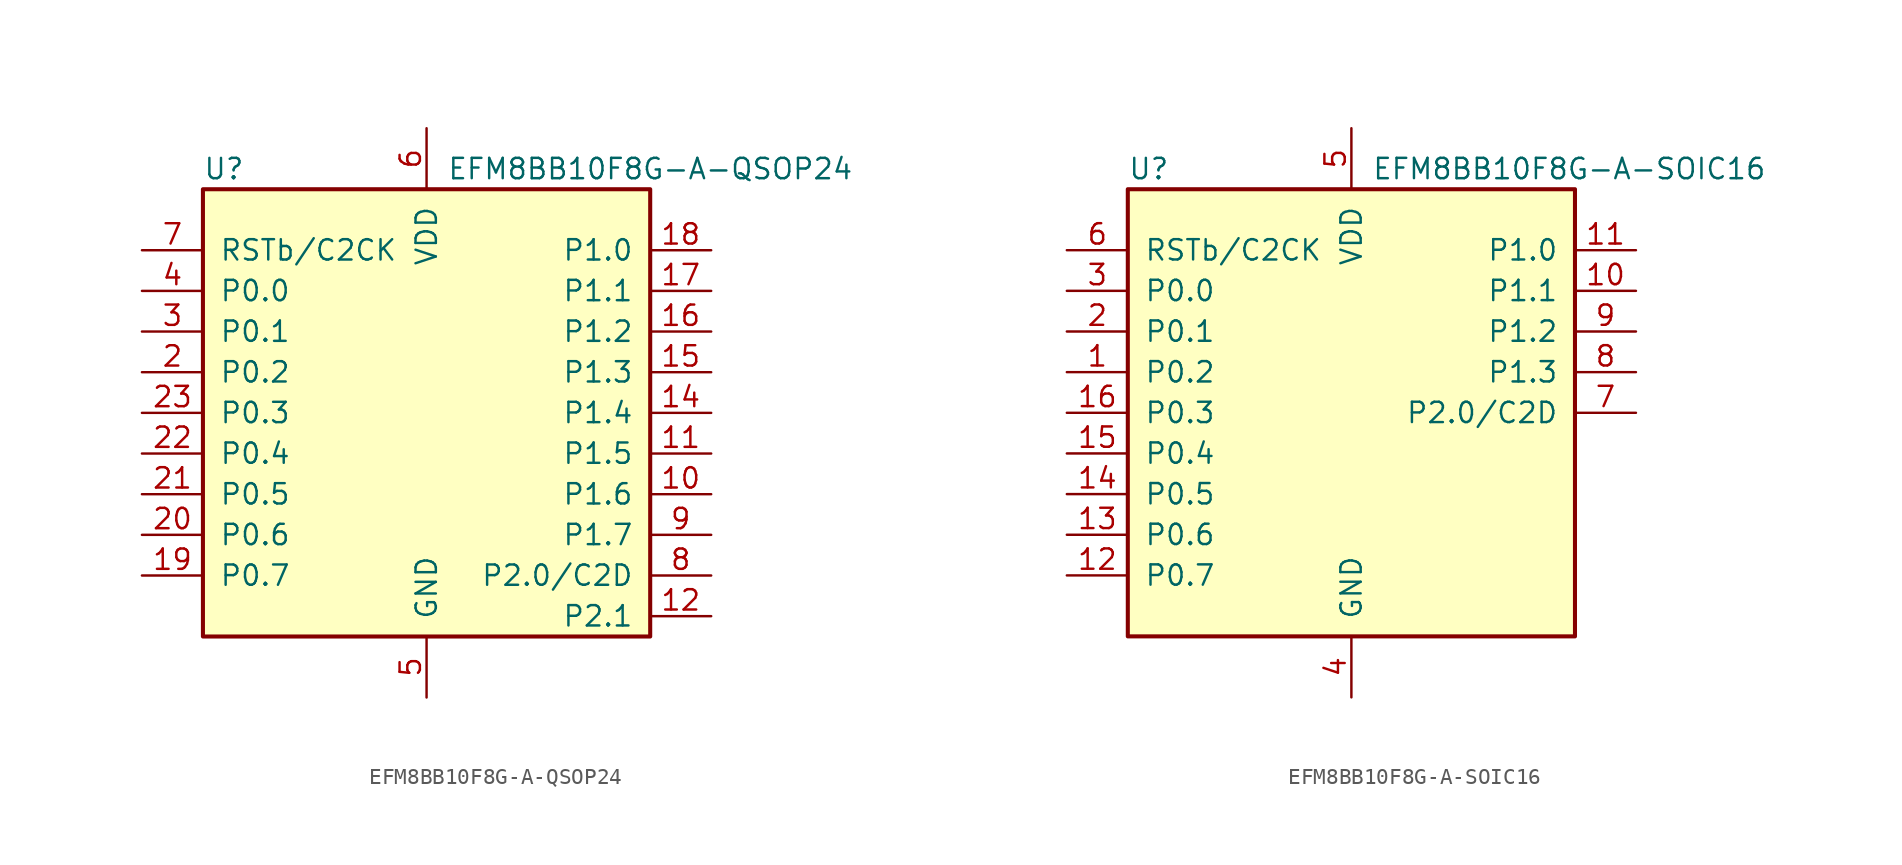
<source format=kicad_sym>
(kicad_symbol_lib
  (version 20201005)
  (generator kicad_symbol_editor)
  (symbol "EFM8BB10F8G-A-QSOP24"
    (pin_names
      (offset 1.016))
    (property "Reference" "U"
      (at -13.97 15.24 0)
      (effects (font (size 1.27 1.27)) (justify left)))
    (property "Value" "EFM8BB10F8G-A-QSOP24"
      (at 1.27 15.24 0)
      (effects (font (size 1.27 1.27)) (justify left)))
    (symbol "EFM8BB10F8G-A-QSOP24_0_1"
      (rectangle (start -13.97 13.97) (end 13.97 -13.97) (stroke (width 0.254)) (fill (type background)))
      (pin no_connect line (at 0 2.54 0) (length 3.81) hide (name "NC" (effects (font (size 1.27 1.27)))) (number "1" (effects (font (size 1.27 1.27)))))
      (pin bidirectional line (at 17.78 -5.08 180) (length 3.81) (name "P1.6" (effects (font (size 1.27 1.27)))) (number "10" (effects (font (size 1.27 1.27)))))
      (pin bidirectional line (at 17.78 -2.54 180) (length 3.81) (name "P1.5" (effects (font (size 1.27 1.27)))) (number "11" (effects (font (size 1.27 1.27)))))
      (pin bidirectional line (at 17.78 -12.7 180) (length 3.81) (name "P2.1" (effects (font (size 1.27 1.27)))) (number "12" (effects (font (size 1.27 1.27)))))
      (pin no_connect line (at 0 0 0) (length 3.81) hide (name "NC" (effects (font (size 1.27 1.27)))) (number "13" (effects (font (size 1.27 1.27)))))
      (pin bidirectional line (at 17.78 0 180) (length 3.81) (name "P1.4" (effects (font (size 1.27 1.27)))) (number "14" (effects (font (size 1.27 1.27)))))
      (pin bidirectional line (at 17.78 2.54 180) (length 3.81) (name "P1.3" (effects (font (size 1.27 1.27)))) (number "15" (effects (font (size 1.27 1.27)))))
      (pin bidirectional line (at 17.78 5.08 180) (length 3.81) (name "P1.2" (effects (font (size 1.27 1.27)))) (number "16" (effects (font (size 1.27 1.27)))))
      (pin bidirectional line (at 17.78 7.62 180) (length 3.81) (name "P1.1" (effects (font (size 1.27 1.27)))) (number "17" (effects (font (size 1.27 1.27)))))
      (pin bidirectional line (at 17.78 10.16 180) (length 3.81) (name "P1.0" (effects (font (size 1.27 1.27)))) (number "18" (effects (font (size 1.27 1.27)))))
      (pin bidirectional line (at -17.78 -10.16 0) (length 3.81) (name "P0.7" (effects (font (size 1.27 1.27)))) (number "19" (effects (font (size 1.27 1.27)))))
      (pin bidirectional line (at -17.78 2.54 0) (length 3.81) (name "P0.2" (effects (font (size 1.27 1.27)))) (number "2" (effects (font (size 1.27 1.27)))))
      (pin bidirectional line (at -17.78 -7.62 0) (length 3.81) (name "P0.6" (effects (font (size 1.27 1.27)))) (number "20" (effects (font (size 1.27 1.27)))))
      (pin bidirectional line (at -17.78 -5.08 0) (length 3.81) (name "P0.5" (effects (font (size 1.27 1.27)))) (number "21" (effects (font (size 1.27 1.27)))))
      (pin bidirectional line (at -17.78 -2.54 0) (length 3.81) (name "P0.4" (effects (font (size 1.27 1.27)))) (number "22" (effects (font (size 1.27 1.27)))))
      (pin bidirectional line (at -17.78 0 0) (length 3.81) (name "P0.3" (effects (font (size 1.27 1.27)))) (number "23" (effects (font (size 1.27 1.27)))))
      (pin no_connect line (at 0 -2.54 0) (length 3.81) hide (name "NC" (effects (font (size 1.27 1.27)))) (number "24" (effects (font (size 1.27 1.27)))))
      (pin bidirectional line (at -17.78 5.08 0) (length 3.81) (name "P0.1" (effects (font (size 1.27 1.27)))) (number "3" (effects (font (size 1.27 1.27)))))
      (pin bidirectional line (at -17.78 7.62 0) (length 3.81) (name "P0.0" (effects (font (size 1.27 1.27)))) (number "4" (effects (font (size 1.27 1.27)))))
      (pin power_in line (at 0 -17.78 90) (length 3.81) (name "GND" (effects (font (size 1.27 1.27)))) (number "5" (effects (font (size 1.27 1.27)))))
      (pin power_in line (at 0 17.78 270) (length 3.81) (name "VDD" (effects (font (size 1.27 1.27)))) (number "6" (effects (font (size 1.27 1.27)))))
      (pin input line (at -17.78 10.16 0) (length 3.81) (name "RSTb/C2CK" (effects (font (size 1.27 1.27)))) (number "7" (effects (font (size 1.27 1.27)))))
      (pin bidirectional line (at 17.78 -10.16 180) (length 3.81) (name "P2.0/C2D" (effects (font (size 1.27 1.27)))) (number "8" (effects (font (size 1.27 1.27)))))
      (pin bidirectional line (at 17.78 -7.62 180) (length 3.81) (name "P1.7" (effects (font (size 1.27 1.27)))) (number "9" (effects (font (size 1.27 1.27)))))))
  (symbol "EFM8BB10F8G-A-SOIC16"
    (pin_names
      (offset 1.016))
    (property "Reference" "U"
      (at -13.97 15.24 0)
      (effects (font (size 1.27 1.27)) (justify left)))
    (property "Value" "EFM8BB10F8G-A-SOIC16"
      (at 1.27 15.24 0)
      (effects (font (size 1.27 1.27)) (justify left)))
    (symbol "EFM8BB10F8G-A-SOIC16_0_1"
      (rectangle (start -13.97 13.97) (end 13.97 -13.97) (stroke (width 0.254)) (fill (type background)))
      (pin bidirectional line (at -17.78 2.54 0) (length 3.81) (name "P0.2" (effects (font (size 1.27 1.27)))) (number "1" (effects (font (size 1.27 1.27)))))
      (pin bidirectional line (at 17.78 7.62 180) (length 3.81) (name "P1.1" (effects (font (size 1.27 1.27)))) (number "10" (effects (font (size 1.27 1.27)))))
      (pin bidirectional line (at 17.78 10.16 180) (length 3.81) (name "P1.0" (effects (font (size 1.27 1.27)))) (number "11" (effects (font (size 1.27 1.27)))))
      (pin bidirectional line (at -17.78 -10.16 0) (length 3.81) (name "P0.7" (effects (font (size 1.27 1.27)))) (number "12" (effects (font (size 1.27 1.27)))))
      (pin bidirectional line (at -17.78 -7.62 0) (length 3.81) (name "P0.6" (effects (font (size 1.27 1.27)))) (number "13" (effects (font (size 1.27 1.27)))))
      (pin bidirectional line (at -17.78 -5.08 0) (length 3.81) (name "P0.5" (effects (font (size 1.27 1.27)))) (number "14" (effects (font (size 1.27 1.27)))))
      (pin bidirectional line (at -17.78 -2.54 0) (length 3.81) (name "P0.4" (effects (font (size 1.27 1.27)))) (number "15" (effects (font (size 1.27 1.27)))))
      (pin bidirectional line (at -17.78 0 0) (length 3.81) (name "P0.3" (effects (font (size 1.27 1.27)))) (number "16" (effects (font (size 1.27 1.27)))))
      (pin bidirectional line (at -17.78 5.08 0) (length 3.81) (name "P0.1" (effects (font (size 1.27 1.27)))) (number "2" (effects (font (size 1.27 1.27)))))
      (pin bidirectional line (at -17.78 7.62 0) (length 3.81) (name "P0.0" (effects (font (size 1.27 1.27)))) (number "3" (effects (font (size 1.27 1.27)))))
      (pin power_in line (at 0 -17.78 90) (length 3.81) (name "GND" (effects (font (size 1.27 1.27)))) (number "4" (effects (font (size 1.27 1.27)))))
      (pin power_in line (at 0 17.78 270) (length 3.81) (name "VDD" (effects (font (size 1.27 1.27)))) (number "5" (effects (font (size 1.27 1.27)))))
      (pin input line (at -17.78 10.16 0) (length 3.81) (name "RSTb/C2CK" (effects (font (size 1.27 1.27)))) (number "6" (effects (font (size 1.27 1.27)))))
      (pin bidirectional line (at 17.78 0 180) (length 3.81) (name "P2.0/C2D" (effects (font (size 1.27 1.27)))) (number "7" (effects (font (size 1.27 1.27)))))
      (pin bidirectional line (at 17.78 2.54 180) (length 3.81) (name "P1.3" (effects (font (size 1.27 1.27)))) (number "8" (effects (font (size 1.27 1.27)))))
      (pin bidirectional line (at 17.78 5.08 180) (length 3.81) (name "P1.2" (effects (font (size 1.27 1.27)))) (number "9" (effects (font (size 1.27 1.27))))))))
</source>
